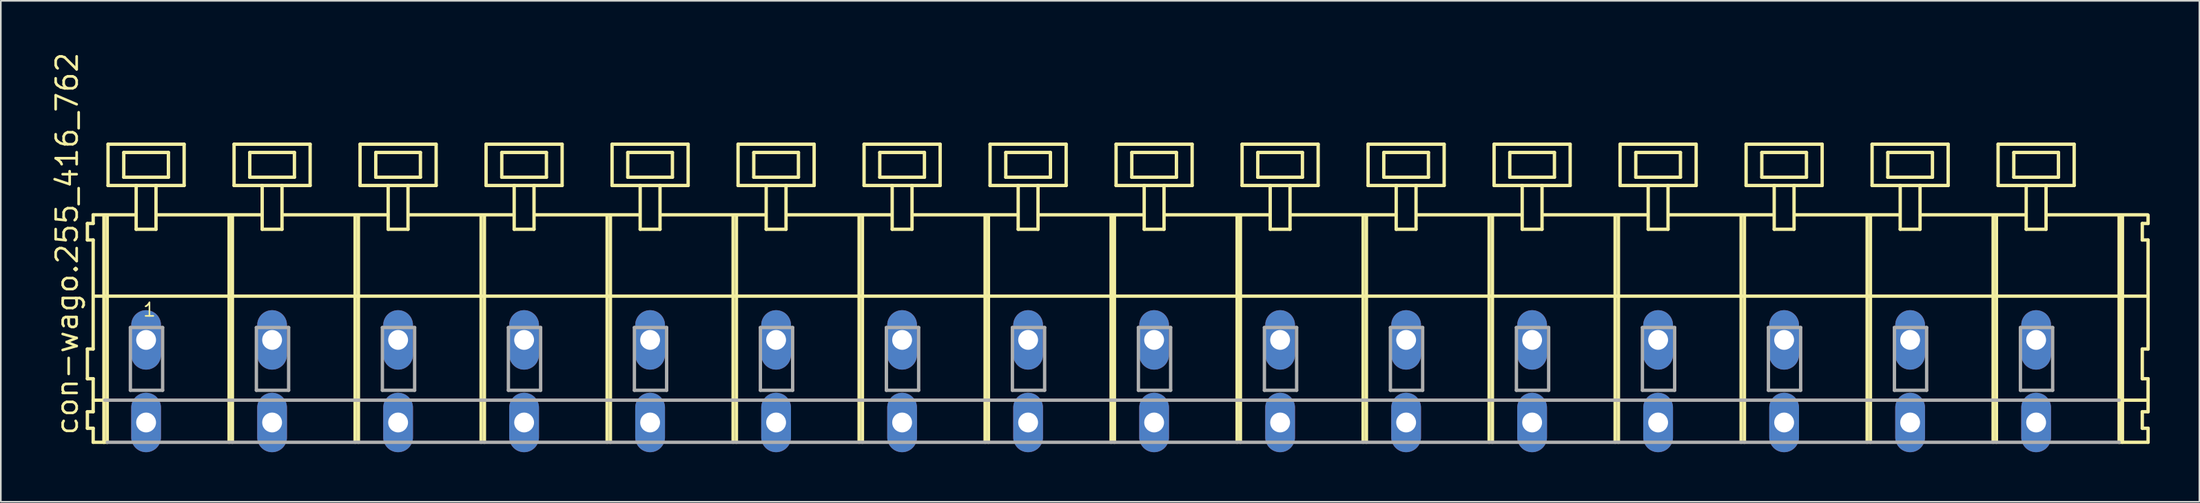
<source format=kicad_pcb>
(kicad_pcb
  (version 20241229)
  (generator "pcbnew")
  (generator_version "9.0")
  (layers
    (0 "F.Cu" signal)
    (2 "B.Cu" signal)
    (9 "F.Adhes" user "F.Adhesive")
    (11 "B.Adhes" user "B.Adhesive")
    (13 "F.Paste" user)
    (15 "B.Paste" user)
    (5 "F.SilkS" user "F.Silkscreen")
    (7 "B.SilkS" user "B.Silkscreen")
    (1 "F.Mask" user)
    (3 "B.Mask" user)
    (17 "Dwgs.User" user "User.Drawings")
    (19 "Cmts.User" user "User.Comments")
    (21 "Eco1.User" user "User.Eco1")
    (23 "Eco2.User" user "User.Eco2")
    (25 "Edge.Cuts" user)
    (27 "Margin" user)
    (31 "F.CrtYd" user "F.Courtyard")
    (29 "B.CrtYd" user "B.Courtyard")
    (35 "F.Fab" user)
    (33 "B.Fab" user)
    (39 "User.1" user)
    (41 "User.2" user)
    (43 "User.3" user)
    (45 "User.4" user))
  (footprint "con-wago.255_416_762"
    (layer "F.Cu")
    (at 64.205 17.533)
    (property "Reference" "con-wago.255_416_762" (at -62.455 5.855 90) (layer "F.SilkS") (effects (font (size 1.27 1.27) (thickness 0.16)) (justify left bottom)))
    (attr through_hole)
    (fp_line (start -61.97 -7.05) (end -61.97 -6.05) (stroke (width 0.203) (type default)) (layer "F.SilkS"))
    (fp_line (start -61.97 -6.05) (end -61.62 -6.05) (stroke (width 0.203) (type default)) (layer "F.SilkS"))
    (fp_line (start -61.97 0.55) (end -61.97 2.35) (stroke (width 0.203) (type default)) (layer "F.SilkS"))
    (fp_line (start -61.97 2.35) (end -61.62 2.35) (stroke (width 0.203) (type default)) (layer "F.SilkS"))
    (fp_line (start -61.97 4.35) (end -61.97 5.35) (stroke (width 0.203) (type default)) (layer "F.SilkS"))
    (fp_line (start -61.97 5.35) (end -61.62 5.35) (stroke (width 0.203) (type default)) (layer "F.SilkS"))
    (fp_line (start -61.62 -7.575) (end -61.62 -7.05) (stroke (width 0.203) (type default)) (layer "F.SilkS"))
    (fp_line (start -61.62 -7.575) (end -59.045 -7.575) (stroke (width 0.203) (type default)) (layer "F.SilkS"))
    (fp_line (start -61.62 -7.05) (end -61.97 -7.05) (stroke (width 0.203) (type default)) (layer "F.SilkS"))
    (fp_line (start -61.62 -6.05) (end -61.62 0.55) (stroke (width 0.203) (type default)) (layer "F.SilkS"))
    (fp_line (start -61.62 0.55) (end -61.97 0.55) (stroke (width 0.203) (type default)) (layer "F.SilkS"))
    (fp_line (start -61.62 2.35) (end -61.62 4.35) (stroke (width 0.203) (type default)) (layer "F.SilkS"))
    (fp_line (start -61.62 3.65) (end -60.92 3.65) (stroke (width 0.203) (type default)) (layer "F.SilkS"))
    (fp_line (start -61.62 4.35) (end -61.97 4.35) (stroke (width 0.203) (type default)) (layer "F.SilkS"))
    (fp_line (start -61.62 5.35) (end -61.62 6.2) (stroke (width 0.203) (type default)) (layer "F.SilkS"))
    (fp_line (start -61.62 6.2) (end -60.97 6.2) (stroke (width 0.203) (type default)) (layer "F.SilkS"))
    (fp_line (start -61.57 -2.65) (end 62.6 -2.65) (stroke (width 0.203) (type default)) (layer "F.SilkS"))
    (fp_line (start -60.97 -7.55) (end -60.97 6.2) (stroke (width 0.203) (type default)) (layer "F.SilkS"))
    (fp_line (start -60.97 6.2) (end -60.77 6.2) (stroke (width 0.203) (type default)) (layer "F.SilkS"))
    (fp_line (start -60.77 -7.55) (end -60.77 6.2) (stroke (width 0.203) (type default)) (layer "F.SilkS"))
    (fp_line (start -60.72 -11.85) (end -60.72 -9.35) (stroke (width 0.203) (type default)) (layer "F.SilkS"))
    (fp_line (start -60.72 -9.35) (end -59.02 -9.35) (stroke (width 0.203) (type default)) (layer "F.SilkS"))
    (fp_line (start -59.77 -11.35) (end -59.77 -9.85) (stroke (width 0.203) (type default)) (layer "F.SilkS"))
    (fp_line (start -59.77 -9.85) (end -57.07 -9.85) (stroke (width 0.203) (type default)) (layer "F.SilkS"))
    (fp_line (start -59.02 -9.35) (end -59.02 -6.7) (stroke (width 0.203) (type default)) (layer "F.SilkS"))
    (fp_line (start -59.02 -9.35) (end -57.82 -9.35) (stroke (width 0.203) (type default)) (layer "F.SilkS"))
    (fp_line (start -59.02 -6.7) (end -57.82 -6.7) (stroke (width 0.203) (type default)) (layer "F.SilkS"))
    (fp_line (start -57.82 -9.35) (end -56.12 -9.35) (stroke (width 0.203) (type default)) (layer "F.SilkS"))
    (fp_line (start -57.82 -6.7) (end -57.82 -9.35) (stroke (width 0.203) (type default)) (layer "F.SilkS"))
    (fp_line (start -57.795 -7.575) (end -51.421 -7.575) (stroke (width 0.203) (type default)) (layer "F.SilkS"))
    (fp_line (start -57.07 -11.35) (end -59.77 -11.35) (stroke (width 0.203) (type default)) (layer "F.SilkS"))
    (fp_line (start -57.07 -9.85) (end -57.07 -11.35) (stroke (width 0.203) (type default)) (layer "F.SilkS"))
    (fp_line (start -56.12 -11.85) (end -60.72 -11.85) (stroke (width 0.203) (type default)) (layer "F.SilkS"))
    (fp_line (start -56.12 -9.35) (end -56.12 -11.85) (stroke (width 0.203) (type default)) (layer "F.SilkS"))
    (fp_line (start -53.4 -7.55) (end -53.4 6.2) (stroke (width 0.203) (type default)) (layer "F.SilkS"))
    (fp_line (start -53.2 -7.55) (end -53.2 6.2) (stroke (width 0.203) (type default)) (layer "F.SilkS"))
    (fp_line (start -53.1 -11.85) (end -53.1 -9.35) (stroke (width 0.203) (type default)) (layer "F.SilkS"))
    (fp_line (start -53.1 -9.35) (end -51.4 -9.35) (stroke (width 0.203) (type default)) (layer "F.SilkS"))
    (fp_line (start -52.15 -11.35) (end -52.15 -9.85) (stroke (width 0.203) (type default)) (layer "F.SilkS"))
    (fp_line (start -52.15 -9.85) (end -49.45 -9.85) (stroke (width 0.203) (type default)) (layer "F.SilkS"))
    (fp_line (start -51.4 -9.35) (end -51.4 -6.7) (stroke (width 0.203) (type default)) (layer "F.SilkS"))
    (fp_line (start -51.4 -9.35) (end -50.2 -9.35) (stroke (width 0.203) (type default)) (layer "F.SilkS"))
    (fp_line (start -51.4 -6.7) (end -50.2 -6.7) (stroke (width 0.203) (type default)) (layer "F.SilkS"))
    (fp_line (start -50.2 -9.35) (end -48.5 -9.35) (stroke (width 0.203) (type default)) (layer "F.SilkS"))
    (fp_line (start -50.2 -6.7) (end -50.2 -9.35) (stroke (width 0.203) (type default)) (layer "F.SilkS"))
    (fp_line (start -50.175 -7.575) (end -43.801 -7.575) (stroke (width 0.203) (type default)) (layer "F.SilkS"))
    (fp_line (start -49.45 -11.35) (end -52.15 -11.35) (stroke (width 0.203) (type default)) (layer "F.SilkS"))
    (fp_line (start -49.45 -9.85) (end -49.45 -11.35) (stroke (width 0.203) (type default)) (layer "F.SilkS"))
    (fp_line (start -48.5 -11.85) (end -53.1 -11.85) (stroke (width 0.203) (type default)) (layer "F.SilkS"))
    (fp_line (start -48.5 -9.35) (end -48.5 -11.85) (stroke (width 0.203) (type default)) (layer "F.SilkS"))
    (fp_line (start -45.78 -7.55) (end -45.78 6.2) (stroke (width 0.203) (type default)) (layer "F.SilkS"))
    (fp_line (start -45.58 -7.55) (end -45.58 6.2) (stroke (width 0.203) (type default)) (layer "F.SilkS"))
    (fp_line (start -45.48 -11.85) (end -45.48 -9.35) (stroke (width 0.203) (type default)) (layer "F.SilkS"))
    (fp_line (start -45.48 -9.35) (end -43.78 -9.35) (stroke (width 0.203) (type default)) (layer "F.SilkS"))
    (fp_line (start -44.53 -11.35) (end -44.53 -9.85) (stroke (width 0.203) (type default)) (layer "F.SilkS"))
    (fp_line (start -44.53 -9.85) (end -41.83 -9.85) (stroke (width 0.203) (type default)) (layer "F.SilkS"))
    (fp_line (start -43.78 -9.35) (end -43.78 -6.7) (stroke (width 0.203) (type default)) (layer "F.SilkS"))
    (fp_line (start -43.78 -9.35) (end -42.58 -9.35) (stroke (width 0.203) (type default)) (layer "F.SilkS"))
    (fp_line (start -43.78 -6.7) (end -42.58 -6.7) (stroke (width 0.203) (type default)) (layer "F.SilkS"))
    (fp_line (start -42.58 -9.35) (end -40.88 -9.35) (stroke (width 0.203) (type default)) (layer "F.SilkS"))
    (fp_line (start -42.58 -6.7) (end -42.58 -9.35) (stroke (width 0.203) (type default)) (layer "F.SilkS"))
    (fp_line (start -42.555 -7.575) (end -36.181 -7.575) (stroke (width 0.203) (type default)) (layer "F.SilkS"))
    (fp_line (start -41.83 -11.35) (end -44.53 -11.35) (stroke (width 0.203) (type default)) (layer "F.SilkS"))
    (fp_line (start -41.83 -9.85) (end -41.83 -11.35) (stroke (width 0.203) (type default)) (layer "F.SilkS"))
    (fp_line (start -40.88 -11.85) (end -45.48 -11.85) (stroke (width 0.203) (type default)) (layer "F.SilkS"))
    (fp_line (start -40.88 -9.35) (end -40.88 -11.85) (stroke (width 0.203) (type default)) (layer "F.SilkS"))
    (fp_line (start -38.16 -7.55) (end -38.16 6.2) (stroke (width 0.203) (type default)) (layer "F.SilkS"))
    (fp_line (start -37.96 -7.55) (end -37.96 6.2) (stroke (width 0.203) (type default)) (layer "F.SilkS"))
    (fp_line (start -37.86 -11.85) (end -37.86 -9.35) (stroke (width 0.203) (type default)) (layer "F.SilkS"))
    (fp_line (start -37.86 -9.35) (end -36.16 -9.35) (stroke (width 0.203) (type default)) (layer "F.SilkS"))
    (fp_line (start -36.91 -11.35) (end -36.91 -9.85) (stroke (width 0.203) (type default)) (layer "F.SilkS"))
    (fp_line (start -36.91 -9.85) (end -34.21 -9.85) (stroke (width 0.203) (type default)) (layer "F.SilkS"))
    (fp_line (start -36.16 -9.35) (end -36.16 -6.7) (stroke (width 0.203) (type default)) (layer "F.SilkS"))
    (fp_line (start -36.16 -9.35) (end -34.96 -9.35) (stroke (width 0.203) (type default)) (layer "F.SilkS"))
    (fp_line (start -36.16 -6.7) (end -34.96 -6.7) (stroke (width 0.203) (type default)) (layer "F.SilkS"))
    (fp_line (start -34.96 -9.35) (end -33.26 -9.35) (stroke (width 0.203) (type default)) (layer "F.SilkS"))
    (fp_line (start -34.96 -6.7) (end -34.96 -9.35) (stroke (width 0.203) (type default)) (layer "F.SilkS"))
    (fp_line (start -34.935 -7.575) (end -28.561 -7.575) (stroke (width 0.203) (type default)) (layer "F.SilkS"))
    (fp_line (start -34.21 -11.35) (end -36.91 -11.35) (stroke (width 0.203) (type default)) (layer "F.SilkS"))
    (fp_line (start -34.21 -9.85) (end -34.21 -11.35) (stroke (width 0.203) (type default)) (layer "F.SilkS"))
    (fp_line (start -33.26 -11.85) (end -37.86 -11.85) (stroke (width 0.203) (type default)) (layer "F.SilkS"))
    (fp_line (start -33.26 -9.35) (end -33.26 -11.85) (stroke (width 0.203) (type default)) (layer "F.SilkS"))
    (fp_line (start -30.54 -7.55) (end -30.54 6.2) (stroke (width 0.203) (type default)) (layer "F.SilkS"))
    (fp_line (start -30.34 -7.55) (end -30.34 6.2) (stroke (width 0.203) (type default)) (layer "F.SilkS"))
    (fp_line (start -30.24 -11.85) (end -30.24 -9.35) (stroke (width 0.203) (type default)) (layer "F.SilkS"))
    (fp_line (start -30.24 -9.35) (end -28.54 -9.35) (stroke (width 0.203) (type default)) (layer "F.SilkS"))
    (fp_line (start -29.29 -11.35) (end -29.29 -9.85) (stroke (width 0.203) (type default)) (layer "F.SilkS"))
    (fp_line (start -29.29 -9.85) (end -26.59 -9.85) (stroke (width 0.203) (type default)) (layer "F.SilkS"))
    (fp_line (start -28.54 -9.35) (end -28.54 -6.7) (stroke (width 0.203) (type default)) (layer "F.SilkS"))
    (fp_line (start -28.54 -9.35) (end -27.34 -9.35) (stroke (width 0.203) (type default)) (layer "F.SilkS"))
    (fp_line (start -28.54 -6.7) (end -27.34 -6.7) (stroke (width 0.203) (type default)) (layer "F.SilkS"))
    (fp_line (start -27.34 -9.35) (end -25.64 -9.35) (stroke (width 0.203) (type default)) (layer "F.SilkS"))
    (fp_line (start -27.34 -6.7) (end -27.34 -9.35) (stroke (width 0.203) (type default)) (layer "F.SilkS"))
    (fp_line (start -27.315 -7.575) (end -20.941 -7.575) (stroke (width 0.203) (type default)) (layer "F.SilkS"))
    (fp_line (start -26.59 -11.35) (end -29.29 -11.35) (stroke (width 0.203) (type default)) (layer "F.SilkS"))
    (fp_line (start -26.59 -9.85) (end -26.59 -11.35) (stroke (width 0.203) (type default)) (layer "F.SilkS"))
    (fp_line (start -25.64 -11.85) (end -30.24 -11.85) (stroke (width 0.203) (type default)) (layer "F.SilkS"))
    (fp_line (start -25.64 -9.35) (end -25.64 -11.85) (stroke (width 0.203) (type default)) (layer "F.SilkS"))
    (fp_line (start -22.92 -7.55) (end -22.92 6.2) (stroke (width 0.203) (type default)) (layer "F.SilkS"))
    (fp_line (start -22.72 -7.55) (end -22.72 6.2) (stroke (width 0.203) (type default)) (layer "F.SilkS"))
    (fp_line (start -22.62 -11.85) (end -22.62 -9.35) (stroke (width 0.203) (type default)) (layer "F.SilkS"))
    (fp_line (start -22.62 -9.35) (end -20.92 -9.35) (stroke (width 0.203) (type default)) (layer "F.SilkS"))
    (fp_line (start -21.67 -11.35) (end -21.67 -9.85) (stroke (width 0.203) (type default)) (layer "F.SilkS"))
    (fp_line (start -21.67 -9.85) (end -18.97 -9.85) (stroke (width 0.203) (type default)) (layer "F.SilkS"))
    (fp_line (start -20.92 -9.35) (end -20.92 -6.7) (stroke (width 0.203) (type default)) (layer "F.SilkS"))
    (fp_line (start -20.92 -9.35) (end -19.72 -9.35) (stroke (width 0.203) (type default)) (layer "F.SilkS"))
    (fp_line (start -20.92 -6.7) (end -19.72 -6.7) (stroke (width 0.203) (type default)) (layer "F.SilkS"))
    (fp_line (start -19.72 -9.35) (end -18.02 -9.35) (stroke (width 0.203) (type default)) (layer "F.SilkS"))
    (fp_line (start -19.72 -6.7) (end -19.72 -9.35) (stroke (width 0.203) (type default)) (layer "F.SilkS"))
    (fp_line (start -19.695 -7.575) (end -13.321 -7.575) (stroke (width 0.203) (type default)) (layer "F.SilkS"))
    (fp_line (start -18.97 -11.35) (end -21.67 -11.35) (stroke (width 0.203) (type default)) (layer "F.SilkS"))
    (fp_line (start -18.97 -9.85) (end -18.97 -11.35) (stroke (width 0.203) (type default)) (layer "F.SilkS"))
    (fp_line (start -18.02 -11.85) (end -22.62 -11.85) (stroke (width 0.203) (type default)) (layer "F.SilkS"))
    (fp_line (start -18.02 -9.35) (end -18.02 -11.85) (stroke (width 0.203) (type default)) (layer "F.SilkS"))
    (fp_line (start -15.3 -7.55) (end -15.3 6.2) (stroke (width 0.203) (type default)) (layer "F.SilkS"))
    (fp_line (start -15.1 -7.55) (end -15.1 6.2) (stroke (width 0.203) (type default)) (layer "F.SilkS"))
    (fp_line (start -15 -11.85) (end -15 -9.35) (stroke (width 0.203) (type default)) (layer "F.SilkS"))
    (fp_line (start -15 -9.35) (end -13.3 -9.35) (stroke (width 0.203) (type default)) (layer "F.SilkS"))
    (fp_line (start -14.05 -11.35) (end -14.05 -9.85) (stroke (width 0.203) (type default)) (layer "F.SilkS"))
    (fp_line (start -14.05 -9.85) (end -11.35 -9.85) (stroke (width 0.203) (type default)) (layer "F.SilkS"))
    (fp_line (start -13.3 -9.35) (end -13.3 -6.7) (stroke (width 0.203) (type default)) (layer "F.SilkS"))
    (fp_line (start -13.3 -9.35) (end -12.1 -9.35) (stroke (width 0.203) (type default)) (layer "F.SilkS"))
    (fp_line (start -13.3 -6.7) (end -12.1 -6.7) (stroke (width 0.203) (type default)) (layer "F.SilkS"))
    (fp_line (start -12.1 -9.35) (end -10.4 -9.35) (stroke (width 0.203) (type default)) (layer "F.SilkS"))
    (fp_line (start -12.1 -6.7) (end -12.1 -9.35) (stroke (width 0.203) (type default)) (layer "F.SilkS"))
    (fp_line (start -12.075 -7.575) (end -5.701 -7.575) (stroke (width 0.203) (type default)) (layer "F.SilkS"))
    (fp_line (start -11.35 -11.35) (end -14.05 -11.35) (stroke (width 0.203) (type default)) (layer "F.SilkS"))
    (fp_line (start -11.35 -9.85) (end -11.35 -11.35) (stroke (width 0.203) (type default)) (layer "F.SilkS"))
    (fp_line (start -10.4 -11.85) (end -15 -11.85) (stroke (width 0.203) (type default)) (layer "F.SilkS"))
    (fp_line (start -10.4 -9.35) (end -10.4 -11.85) (stroke (width 0.203) (type default)) (layer "F.SilkS"))
    (fp_line (start -7.68 -7.55) (end -7.68 6.2) (stroke (width 0.203) (type default)) (layer "F.SilkS"))
    (fp_line (start -7.48 -7.55) (end -7.48 6.2) (stroke (width 0.203) (type default)) (layer "F.SilkS"))
    (fp_line (start -7.38 -11.85) (end -7.38 -9.35) (stroke (width 0.203) (type default)) (layer "F.SilkS"))
    (fp_line (start -7.38 -9.35) (end -5.68 -9.35) (stroke (width 0.203) (type default)) (layer "F.SilkS"))
    (fp_line (start -6.43 -11.35) (end -6.43 -9.85) (stroke (width 0.203) (type default)) (layer "F.SilkS"))
    (fp_line (start -6.43 -9.85) (end -3.73 -9.85) (stroke (width 0.203) (type default)) (layer "F.SilkS"))
    (fp_line (start -5.68 -9.35) (end -5.68 -6.7) (stroke (width 0.203) (type default)) (layer "F.SilkS"))
    (fp_line (start -5.68 -9.35) (end -4.48 -9.35) (stroke (width 0.203) (type default)) (layer "F.SilkS"))
    (fp_line (start -5.68 -6.7) (end -4.48 -6.7) (stroke (width 0.203) (type default)) (layer "F.SilkS"))
    (fp_line (start -4.48 -9.35) (end -2.78 -9.35) (stroke (width 0.203) (type default)) (layer "F.SilkS"))
    (fp_line (start -4.48 -6.7) (end -4.48 -9.35) (stroke (width 0.203) (type default)) (layer "F.SilkS"))
    (fp_line (start -4.455 -7.575) (end 1.919 -7.575) (stroke (width 0.203) (type default)) (layer "F.SilkS"))
    (fp_line (start -3.73 -11.35) (end -6.43 -11.35) (stroke (width 0.203) (type default)) (layer "F.SilkS"))
    (fp_line (start -3.73 -9.85) (end -3.73 -11.35) (stroke (width 0.203) (type default)) (layer "F.SilkS"))
    (fp_line (start -2.78 -11.85) (end -7.38 -11.85) (stroke (width 0.203) (type default)) (layer "F.SilkS"))
    (fp_line (start -2.78 -9.35) (end -2.78 -11.85) (stroke (width 0.203) (type default)) (layer "F.SilkS"))
    (fp_line (start -0.06 -7.55) (end -0.06 6.2) (stroke (width 0.203) (type default)) (layer "F.SilkS"))
    (fp_line (start 0.14 -7.55) (end 0.14 6.2) (stroke (width 0.203) (type default)) (layer "F.SilkS"))
    (fp_line (start 0.24 -11.85) (end 0.24 -9.35) (stroke (width 0.203) (type default)) (layer "F.SilkS"))
    (fp_line (start 0.24 -9.35) (end 1.94 -9.35) (stroke (width 0.203) (type default)) (layer "F.SilkS"))
    (fp_line (start 1.19 -11.35) (end 1.19 -9.85) (stroke (width 0.203) (type default)) (layer "F.SilkS"))
    (fp_line (start 1.19 -9.85) (end 3.89 -9.85) (stroke (width 0.203) (type default)) (layer "F.SilkS"))
    (fp_line (start 1.94 -9.35) (end 1.94 -6.7) (stroke (width 0.203) (type default)) (layer "F.SilkS"))
    (fp_line (start 1.94 -9.35) (end 3.14 -9.35) (stroke (width 0.203) (type default)) (layer "F.SilkS"))
    (fp_line (start 1.94 -6.7) (end 3.14 -6.7) (stroke (width 0.203) (type default)) (layer "F.SilkS"))
    (fp_line (start 3.14 -9.35) (end 4.84 -9.35) (stroke (width 0.203) (type default)) (layer "F.SilkS"))
    (fp_line (start 3.14 -6.7) (end 3.14 -9.35) (stroke (width 0.203) (type default)) (layer "F.SilkS"))
    (fp_line (start 3.165 -7.575) (end 9.539 -7.575) (stroke (width 0.203) (type default)) (layer "F.SilkS"))
    (fp_line (start 3.89 -11.35) (end 1.19 -11.35) (stroke (width 0.203) (type default)) (layer "F.SilkS"))
    (fp_line (start 3.89 -9.85) (end 3.89 -11.35) (stroke (width 0.203) (type default)) (layer "F.SilkS"))
    (fp_line (start 4.84 -11.85) (end 0.24 -11.85) (stroke (width 0.203) (type default)) (layer "F.SilkS"))
    (fp_line (start 4.84 -9.35) (end 4.84 -11.85) (stroke (width 0.203) (type default)) (layer "F.SilkS"))
    (fp_line (start 7.56 -7.55) (end 7.56 6.2) (stroke (width 0.203) (type default)) (layer "F.SilkS"))
    (fp_line (start 7.76 -7.55) (end 7.76 6.2) (stroke (width 0.203) (type default)) (layer "F.SilkS"))
    (fp_line (start 7.86 -11.85) (end 7.86 -9.35) (stroke (width 0.203) (type default)) (layer "F.SilkS"))
    (fp_line (start 7.86 -9.35) (end 9.56 -9.35) (stroke (width 0.203) (type default)) (layer "F.SilkS"))
    (fp_line (start 8.81 -11.35) (end 8.81 -9.85) (stroke (width 0.203) (type default)) (layer "F.SilkS"))
    (fp_line (start 8.81 -9.85) (end 11.51 -9.85) (stroke (width 0.203) (type default)) (layer "F.SilkS"))
    (fp_line (start 9.56 -9.35) (end 9.56 -6.7) (stroke (width 0.203) (type default)) (layer "F.SilkS"))
    (fp_line (start 9.56 -9.35) (end 10.76 -9.35) (stroke (width 0.203) (type default)) (layer "F.SilkS"))
    (fp_line (start 9.56 -6.7) (end 10.76 -6.7) (stroke (width 0.203) (type default)) (layer "F.SilkS"))
    (fp_line (start 10.76 -9.35) (end 12.46 -9.35) (stroke (width 0.203) (type default)) (layer "F.SilkS"))
    (fp_line (start 10.76 -6.7) (end 10.76 -9.35) (stroke (width 0.203) (type default)) (layer "F.SilkS"))
    (fp_line (start 10.785 -7.575) (end 17.159 -7.575) (stroke (width 0.203) (type default)) (layer "F.SilkS"))
    (fp_line (start 11.51 -11.35) (end 8.81 -11.35) (stroke (width 0.203) (type default)) (layer "F.SilkS"))
    (fp_line (start 11.51 -9.85) (end 11.51 -11.35) (stroke (width 0.203) (type default)) (layer "F.SilkS"))
    (fp_line (start 12.46 -11.85) (end 7.86 -11.85) (stroke (width 0.203) (type default)) (layer "F.SilkS"))
    (fp_line (start 12.46 -9.35) (end 12.46 -11.85) (stroke (width 0.203) (type default)) (layer "F.SilkS"))
    (fp_line (start 15.18 -7.55) (end 15.18 6.2) (stroke (width 0.203) (type default)) (layer "F.SilkS"))
    (fp_line (start 15.38 -7.55) (end 15.38 6.2) (stroke (width 0.203) (type default)) (layer "F.SilkS"))
    (fp_line (start 15.48 -11.85) (end 15.48 -9.35) (stroke (width 0.203) (type default)) (layer "F.SilkS"))
    (fp_line (start 15.48 -9.35) (end 17.18 -9.35) (stroke (width 0.203) (type default)) (layer "F.SilkS"))
    (fp_line (start 16.43 -11.35) (end 16.43 -9.85) (stroke (width 0.203) (type default)) (layer "F.SilkS"))
    (fp_line (start 16.43 -9.85) (end 19.13 -9.85) (stroke (width 0.203) (type default)) (layer "F.SilkS"))
    (fp_line (start 17.18 -9.35) (end 17.18 -6.7) (stroke (width 0.203) (type default)) (layer "F.SilkS"))
    (fp_line (start 17.18 -9.35) (end 18.38 -9.35) (stroke (width 0.203) (type default)) (layer "F.SilkS"))
    (fp_line (start 17.18 -6.7) (end 18.38 -6.7) (stroke (width 0.203) (type default)) (layer "F.SilkS"))
    (fp_line (start 18.38 -9.35) (end 20.08 -9.35) (stroke (width 0.203) (type default)) (layer "F.SilkS"))
    (fp_line (start 18.38 -6.7) (end 18.38 -9.35) (stroke (width 0.203) (type default)) (layer "F.SilkS"))
    (fp_line (start 18.405 -7.575) (end 24.779 -7.575) (stroke (width 0.203) (type default)) (layer "F.SilkS"))
    (fp_line (start 19.13 -11.35) (end 16.43 -11.35) (stroke (width 0.203) (type default)) (layer "F.SilkS"))
    (fp_line (start 19.13 -9.85) (end 19.13 -11.35) (stroke (width 0.203) (type default)) (layer "F.SilkS"))
    (fp_line (start 20.08 -11.85) (end 15.48 -11.85) (stroke (width 0.203) (type default)) (layer "F.SilkS"))
    (fp_line (start 20.08 -9.35) (end 20.08 -11.85) (stroke (width 0.203) (type default)) (layer "F.SilkS"))
    (fp_line (start 22.8 -7.55) (end 22.8 6.2) (stroke (width 0.203) (type default)) (layer "F.SilkS"))
    (fp_line (start 23 -7.55) (end 23 6.2) (stroke (width 0.203) (type default)) (layer "F.SilkS"))
    (fp_line (start 23.1 -11.85) (end 23.1 -9.35) (stroke (width 0.203) (type default)) (layer "F.SilkS"))
    (fp_line (start 23.1 -9.35) (end 24.8 -9.35) (stroke (width 0.203) (type default)) (layer "F.SilkS"))
    (fp_line (start 24.05 -11.35) (end 24.05 -9.85) (stroke (width 0.203) (type default)) (layer "F.SilkS"))
    (fp_line (start 24.05 -9.85) (end 26.75 -9.85) (stroke (width 0.203) (type default)) (layer "F.SilkS"))
    (fp_line (start 24.8 -9.35) (end 24.8 -6.7) (stroke (width 0.203) (type default)) (layer "F.SilkS"))
    (fp_line (start 24.8 -9.35) (end 26 -9.35) (stroke (width 0.203) (type default)) (layer "F.SilkS"))
    (fp_line (start 24.8 -6.7) (end 26 -6.7) (stroke (width 0.203) (type default)) (layer "F.SilkS"))
    (fp_line (start 26 -9.35) (end 27.7 -9.35) (stroke (width 0.203) (type default)) (layer "F.SilkS"))
    (fp_line (start 26 -6.7) (end 26 -9.35) (stroke (width 0.203) (type default)) (layer "F.SilkS"))
    (fp_line (start 26.025 -7.575) (end 32.399 -7.575) (stroke (width 0.203) (type default)) (layer "F.SilkS"))
    (fp_line (start 26.75 -11.35) (end 24.05 -11.35) (stroke (width 0.203) (type default)) (layer "F.SilkS"))
    (fp_line (start 26.75 -9.85) (end 26.75 -11.35) (stroke (width 0.203) (type default)) (layer "F.SilkS"))
    (fp_line (start 27.7 -11.85) (end 23.1 -11.85) (stroke (width 0.203) (type default)) (layer "F.SilkS"))
    (fp_line (start 27.7 -9.35) (end 27.7 -11.85) (stroke (width 0.203) (type default)) (layer "F.SilkS"))
    (fp_line (start 30.42 -7.55) (end 30.42 6.2) (stroke (width 0.203) (type default)) (layer "F.SilkS"))
    (fp_line (start 30.62 -7.55) (end 30.62 6.2) (stroke (width 0.203) (type default)) (layer "F.SilkS"))
    (fp_line (start 30.72 -11.85) (end 30.72 -9.35) (stroke (width 0.203) (type default)) (layer "F.SilkS"))
    (fp_line (start 30.72 -9.35) (end 32.42 -9.35) (stroke (width 0.203) (type default)) (layer "F.SilkS"))
    (fp_line (start 31.67 -11.35) (end 31.67 -9.85) (stroke (width 0.203) (type default)) (layer "F.SilkS"))
    (fp_line (start 31.67 -9.85) (end 34.37 -9.85) (stroke (width 0.203) (type default)) (layer "F.SilkS"))
    (fp_line (start 32.42 -9.35) (end 32.42 -6.7) (stroke (width 0.203) (type default)) (layer "F.SilkS"))
    (fp_line (start 32.42 -9.35) (end 33.62 -9.35) (stroke (width 0.203) (type default)) (layer "F.SilkS"))
    (fp_line (start 32.42 -6.7) (end 33.62 -6.7) (stroke (width 0.203) (type default)) (layer "F.SilkS"))
    (fp_line (start 33.62 -9.35) (end 35.32 -9.35) (stroke (width 0.203) (type default)) (layer "F.SilkS"))
    (fp_line (start 33.62 -6.7) (end 33.62 -9.35) (stroke (width 0.203) (type default)) (layer "F.SilkS"))
    (fp_line (start 33.645 -7.575) (end 40.019 -7.575) (stroke (width 0.203) (type default)) (layer "F.SilkS"))
    (fp_line (start 34.37 -11.35) (end 31.67 -11.35) (stroke (width 0.203) (type default)) (layer "F.SilkS"))
    (fp_line (start 34.37 -9.85) (end 34.37 -11.35) (stroke (width 0.203) (type default)) (layer "F.SilkS"))
    (fp_line (start 35.32 -11.85) (end 30.72 -11.85) (stroke (width 0.203) (type default)) (layer "F.SilkS"))
    (fp_line (start 35.32 -9.35) (end 35.32 -11.85) (stroke (width 0.203) (type default)) (layer "F.SilkS"))
    (fp_line (start 38.04 -7.55) (end 38.04 6.2) (stroke (width 0.203) (type default)) (layer "F.SilkS"))
    (fp_line (start 38.24 -7.55) (end 38.24 6.2) (stroke (width 0.203) (type default)) (layer "F.SilkS"))
    (fp_line (start 38.34 -11.85) (end 38.34 -9.35) (stroke (width 0.203) (type default)) (layer "F.SilkS"))
    (fp_line (start 38.34 -9.35) (end 40.04 -9.35) (stroke (width 0.203) (type default)) (layer "F.SilkS"))
    (fp_line (start 39.29 -11.35) (end 39.29 -9.85) (stroke (width 0.203) (type default)) (layer "F.SilkS"))
    (fp_line (start 39.29 -9.85) (end 41.99 -9.85) (stroke (width 0.203) (type default)) (layer "F.SilkS"))
    (fp_line (start 40.04 -9.35) (end 40.04 -6.7) (stroke (width 0.203) (type default)) (layer "F.SilkS"))
    (fp_line (start 40.04 -9.35) (end 41.24 -9.35) (stroke (width 0.203) (type default)) (layer "F.SilkS"))
    (fp_line (start 40.04 -6.7) (end 41.24 -6.7) (stroke (width 0.203) (type default)) (layer "F.SilkS"))
    (fp_line (start 41.24 -9.35) (end 42.94 -9.35) (stroke (width 0.203) (type default)) (layer "F.SilkS"))
    (fp_line (start 41.24 -6.7) (end 41.24 -9.35) (stroke (width 0.203) (type default)) (layer "F.SilkS"))
    (fp_line (start 41.265 -7.575) (end 47.639 -7.575) (stroke (width 0.203) (type default)) (layer "F.SilkS"))
    (fp_line (start 41.99 -11.35) (end 39.29 -11.35) (stroke (width 0.203) (type default)) (layer "F.SilkS"))
    (fp_line (start 41.99 -9.85) (end 41.99 -11.35) (stroke (width 0.203) (type default)) (layer "F.SilkS"))
    (fp_line (start 42.94 -11.85) (end 38.34 -11.85) (stroke (width 0.203) (type default)) (layer "F.SilkS"))
    (fp_line (start 42.94 -9.35) (end 42.94 -11.85) (stroke (width 0.203) (type default)) (layer "F.SilkS"))
    (fp_line (start 45.66 -7.55) (end 45.66 6.2) (stroke (width 0.203) (type default)) (layer "F.SilkS"))
    (fp_line (start 45.86 -7.55) (end 45.86 6.2) (stroke (width 0.203) (type default)) (layer "F.SilkS"))
    (fp_line (start 45.96 -11.85) (end 45.96 -9.35) (stroke (width 0.203) (type default)) (layer "F.SilkS"))
    (fp_line (start 45.96 -9.35) (end 47.66 -9.35) (stroke (width 0.203) (type default)) (layer "F.SilkS"))
    (fp_line (start 46.91 -11.35) (end 46.91 -9.85) (stroke (width 0.203) (type default)) (layer "F.SilkS"))
    (fp_line (start 46.91 -9.85) (end 49.61 -9.85) (stroke (width 0.203) (type default)) (layer "F.SilkS"))
    (fp_line (start 47.66 -9.35) (end 47.66 -6.7) (stroke (width 0.203) (type default)) (layer "F.SilkS"))
    (fp_line (start 47.66 -9.35) (end 48.86 -9.35) (stroke (width 0.203) (type default)) (layer "F.SilkS"))
    (fp_line (start 47.66 -6.7) (end 48.86 -6.7) (stroke (width 0.203) (type default)) (layer "F.SilkS"))
    (fp_line (start 48.86 -9.35) (end 50.56 -9.35) (stroke (width 0.203) (type default)) (layer "F.SilkS"))
    (fp_line (start 48.86 -6.7) (end 48.86 -9.35) (stroke (width 0.203) (type default)) (layer "F.SilkS"))
    (fp_line (start 48.885 -7.575) (end 55.259 -7.575) (stroke (width 0.203) (type default)) (layer "F.SilkS"))
    (fp_line (start 49.61 -11.35) (end 46.91 -11.35) (stroke (width 0.203) (type default)) (layer "F.SilkS"))
    (fp_line (start 49.61 -9.85) (end 49.61 -11.35) (stroke (width 0.203) (type default)) (layer "F.SilkS"))
    (fp_line (start 50.56 -11.85) (end 45.96 -11.85) (stroke (width 0.203) (type default)) (layer "F.SilkS"))
    (fp_line (start 50.56 -9.35) (end 50.56 -11.85) (stroke (width 0.203) (type default)) (layer "F.SilkS"))
    (fp_line (start 53.28 -7.55) (end 53.28 6.2) (stroke (width 0.203) (type default)) (layer "F.SilkS"))
    (fp_line (start 53.48 -7.55) (end 53.48 6.2) (stroke (width 0.203) (type default)) (layer "F.SilkS"))
    (fp_line (start 53.58 -11.85) (end 53.58 -9.35) (stroke (width 0.203) (type default)) (layer "F.SilkS"))
    (fp_line (start 53.58 -9.35) (end 55.28 -9.35) (stroke (width 0.203) (type default)) (layer "F.SilkS"))
    (fp_line (start 54.53 -11.35) (end 54.53 -9.85) (stroke (width 0.203) (type default)) (layer "F.SilkS"))
    (fp_line (start 54.53 -9.85) (end 57.23 -9.85) (stroke (width 0.203) (type default)) (layer "F.SilkS"))
    (fp_line (start 55.28 -9.35) (end 55.28 -6.7) (stroke (width 0.203) (type default)) (layer "F.SilkS"))
    (fp_line (start 55.28 -9.35) (end 56.48 -9.35) (stroke (width 0.203) (type default)) (layer "F.SilkS"))
    (fp_line (start 55.28 -6.7) (end 56.48 -6.7) (stroke (width 0.203) (type default)) (layer "F.SilkS"))
    (fp_line (start 56.48 -9.35) (end 58.18 -9.35) (stroke (width 0.203) (type default)) (layer "F.SilkS"))
    (fp_line (start 56.48 -6.7) (end 56.48 -9.35) (stroke (width 0.203) (type default)) (layer "F.SilkS"))
    (fp_line (start 56.505 -7.575) (end 62.625 -7.575) (stroke (width 0.203) (type default)) (layer "F.SilkS"))
    (fp_line (start 57.23 -11.35) (end 54.53 -11.35) (stroke (width 0.203) (type default)) (layer "F.SilkS"))
    (fp_line (start 57.23 -9.85) (end 57.23 -11.35) (stroke (width 0.203) (type default)) (layer "F.SilkS"))
    (fp_line (start 58.18 -11.85) (end 53.58 -11.85) (stroke (width 0.203) (type default)) (layer "F.SilkS"))
    (fp_line (start 58.18 -9.35) (end 58.18 -11.85) (stroke (width 0.203) (type default)) (layer "F.SilkS"))
    (fp_line (start 60.9 -7.55) (end 60.9 6.2) (stroke (width 0.203) (type default)) (layer "F.SilkS"))
    (fp_line (start 60.9 6.2) (end 62.65 6.2) (stroke (width 0.203) (type default)) (layer "F.SilkS"))
    (fp_line (start 60.95 3.65) (end 62.65 3.65) (stroke (width 0.203) (type default)) (layer "F.SilkS"))
    (fp_line (start 61.1 -7.55) (end 61.1 6.2) (stroke (width 0.203) (type default)) (layer "F.SilkS"))
    (fp_line (start 62.3 -7.05) (end 62.3 -6.05) (stroke (width 0.203) (type default)) (layer "F.SilkS"))
    (fp_line (start 62.3 -6.05) (end 62.65 -6.05) (stroke (width 0.203) (type default)) (layer "F.SilkS"))
    (fp_line (start 62.3 0.55) (end 62.3 2.35) (stroke (width 0.203) (type default)) (layer "F.SilkS"))
    (fp_line (start 62.3 2.35) (end 62.65 2.35) (stroke (width 0.203) (type default)) (layer "F.SilkS"))
    (fp_line (start 62.3 4.35) (end 62.3 5.35) (stroke (width 0.203) (type default)) (layer "F.SilkS"))
    (fp_line (start 62.3 5.35) (end 62.65 5.35) (stroke (width 0.203) (type default)) (layer "F.SilkS"))
    (fp_line (start 62.65 -7.05) (end 62.3 -7.05) (stroke (width 0.203) (type default)) (layer "F.SilkS"))
    (fp_line (start 62.65 -7.05) (end 62.65 -7.55) (stroke (width 0.203) (type default)) (layer "F.SilkS"))
    (fp_line (start 62.65 0.55) (end 62.3 0.55) (stroke (width 0.203) (type default)) (layer "F.SilkS"))
    (fp_line (start 62.65 0.55) (end 62.65 -6.05) (stroke (width 0.203) (type default)) (layer "F.SilkS"))
    (fp_line (start 62.65 3.65) (end 62.65 2.35) (stroke (width 0.203) (type default)) (layer "F.SilkS"))
    (fp_line (start 62.65 4.35) (end 62.3 4.35) (stroke (width 0.203) (type default)) (layer "F.SilkS"))
    (fp_line (start 62.65 4.35) (end 62.65 3.65) (stroke (width 0.203) (type default)) (layer "F.SilkS"))
    (fp_line (start 62.65 6.2) (end 62.65 5.35) (stroke (width 0.203) (type default)) (layer "F.SilkS"))
    (fp_line (start -60.92 3.65) (end 60.9 3.65) (stroke (width 0.203) (type default)) (layer "F.Fab"))
    (fp_line (start -60.77 6.2) (end 60.9 6.2) (stroke (width 0.203) (type default)) (layer "F.Fab"))
    (fp_line (start -59.37 -0.75) (end -59.37 3.05) (stroke (width 0.203) (type default)) (layer "F.Fab"))
    (fp_line (start -59.37 3.05) (end -57.42 3.05) (stroke (width 0.203) (type default)) (layer "F.Fab"))
    (fp_line (start -57.42 -0.75) (end -59.37 -0.75) (stroke (width 0.203) (type default)) (layer "F.Fab"))
    (fp_line (start -57.42 3.05) (end -57.42 -0.75) (stroke (width 0.203) (type default)) (layer "F.Fab"))
    (fp_line (start -51.75 -0.75) (end -51.75 3.05) (stroke (width 0.203) (type default)) (layer "F.Fab"))
    (fp_line (start -51.75 3.05) (end -49.8 3.05) (stroke (width 0.203) (type default)) (layer "F.Fab"))
    (fp_line (start -49.8 -0.75) (end -51.75 -0.75) (stroke (width 0.203) (type default)) (layer "F.Fab"))
    (fp_line (start -49.8 3.05) (end -49.8 -0.75) (stroke (width 0.203) (type default)) (layer "F.Fab"))
    (fp_line (start -44.13 -0.75) (end -44.13 3.05) (stroke (width 0.203) (type default)) (layer "F.Fab"))
    (fp_line (start -44.13 3.05) (end -42.18 3.05) (stroke (width 0.203) (type default)) (layer "F.Fab"))
    (fp_line (start -42.18 -0.75) (end -44.13 -0.75) (stroke (width 0.203) (type default)) (layer "F.Fab"))
    (fp_line (start -42.18 3.05) (end -42.18 -0.75) (stroke (width 0.203) (type default)) (layer "F.Fab"))
    (fp_line (start -36.51 -0.75) (end -36.51 3.05) (stroke (width 0.203) (type default)) (layer "F.Fab"))
    (fp_line (start -36.51 3.05) (end -34.56 3.05) (stroke (width 0.203) (type default)) (layer "F.Fab"))
    (fp_line (start -34.56 -0.75) (end -36.51 -0.75) (stroke (width 0.203) (type default)) (layer "F.Fab"))
    (fp_line (start -34.56 3.05) (end -34.56 -0.75) (stroke (width 0.203) (type default)) (layer "F.Fab"))
    (fp_line (start -28.89 -0.75) (end -28.89 3.05) (stroke (width 0.203) (type default)) (layer "F.Fab"))
    (fp_line (start -28.89 3.05) (end -26.94 3.05) (stroke (width 0.203) (type default)) (layer "F.Fab"))
    (fp_line (start -26.94 -0.75) (end -28.89 -0.75) (stroke (width 0.203) (type default)) (layer "F.Fab"))
    (fp_line (start -26.94 3.05) (end -26.94 -0.75) (stroke (width 0.203) (type default)) (layer "F.Fab"))
    (fp_line (start -21.27 -0.75) (end -21.27 3.05) (stroke (width 0.203) (type default)) (layer "F.Fab"))
    (fp_line (start -21.27 3.05) (end -19.32 3.05) (stroke (width 0.203) (type default)) (layer "F.Fab"))
    (fp_line (start -19.32 -0.75) (end -21.27 -0.75) (stroke (width 0.203) (type default)) (layer "F.Fab"))
    (fp_line (start -19.32 3.05) (end -19.32 -0.75) (stroke (width 0.203) (type default)) (layer "F.Fab"))
    (fp_line (start -13.65 -0.75) (end -13.65 3.05) (stroke (width 0.203) (type default)) (layer "F.Fab"))
    (fp_line (start -13.65 3.05) (end -11.7 3.05) (stroke (width 0.203) (type default)) (layer "F.Fab"))
    (fp_line (start -11.7 -0.75) (end -13.65 -0.75) (stroke (width 0.203) (type default)) (layer "F.Fab"))
    (fp_line (start -11.7 3.05) (end -11.7 -0.75) (stroke (width 0.203) (type default)) (layer "F.Fab"))
    (fp_line (start -6.03 -0.75) (end -6.03 3.05) (stroke (width 0.203) (type default)) (layer "F.Fab"))
    (fp_line (start -6.03 3.05) (end -4.08 3.05) (stroke (width 0.203) (type default)) (layer "F.Fab"))
    (fp_line (start -4.08 -0.75) (end -6.03 -0.75) (stroke (width 0.203) (type default)) (layer "F.Fab"))
    (fp_line (start -4.08 3.05) (end -4.08 -0.75) (stroke (width 0.203) (type default)) (layer "F.Fab"))
    (fp_line (start 1.59 -0.75) (end 1.59 3.05) (stroke (width 0.203) (type default)) (layer "F.Fab"))
    (fp_line (start 1.59 3.05) (end 3.54 3.05) (stroke (width 0.203) (type default)) (layer "F.Fab"))
    (fp_line (start 3.54 -0.75) (end 1.59 -0.75) (stroke (width 0.203) (type default)) (layer "F.Fab"))
    (fp_line (start 3.54 3.05) (end 3.54 -0.75) (stroke (width 0.203) (type default)) (layer "F.Fab"))
    (fp_line (start 9.21 -0.75) (end 9.21 3.05) (stroke (width 0.203) (type default)) (layer "F.Fab"))
    (fp_line (start 9.21 3.05) (end 11.16 3.05) (stroke (width 0.203) (type default)) (layer "F.Fab"))
    (fp_line (start 11.16 -0.75) (end 9.21 -0.75) (stroke (width 0.203) (type default)) (layer "F.Fab"))
    (fp_line (start 11.16 3.05) (end 11.16 -0.75) (stroke (width 0.203) (type default)) (layer "F.Fab"))
    (fp_line (start 16.83 -0.75) (end 16.83 3.05) (stroke (width 0.203) (type default)) (layer "F.Fab"))
    (fp_line (start 16.83 3.05) (end 18.78 3.05) (stroke (width 0.203) (type default)) (layer "F.Fab"))
    (fp_line (start 18.78 -0.75) (end 16.83 -0.75) (stroke (width 0.203) (type default)) (layer "F.Fab"))
    (fp_line (start 18.78 3.05) (end 18.78 -0.75) (stroke (width 0.203) (type default)) (layer "F.Fab"))
    (fp_line (start 24.45 -0.75) (end 24.45 3.05) (stroke (width 0.203) (type default)) (layer "F.Fab"))
    (fp_line (start 24.45 3.05) (end 26.4 3.05) (stroke (width 0.203) (type default)) (layer "F.Fab"))
    (fp_line (start 26.4 -0.75) (end 24.45 -0.75) (stroke (width 0.203) (type default)) (layer "F.Fab"))
    (fp_line (start 26.4 3.05) (end 26.4 -0.75) (stroke (width 0.203) (type default)) (layer "F.Fab"))
    (fp_line (start 32.07 -0.75) (end 32.07 3.05) (stroke (width 0.203) (type default)) (layer "F.Fab"))
    (fp_line (start 32.07 3.05) (end 34.02 3.05) (stroke (width 0.203) (type default)) (layer "F.Fab"))
    (fp_line (start 34.02 -0.75) (end 32.07 -0.75) (stroke (width 0.203) (type default)) (layer "F.Fab"))
    (fp_line (start 34.02 3.05) (end 34.02 -0.75) (stroke (width 0.203) (type default)) (layer "F.Fab"))
    (fp_line (start 39.69 -0.75) (end 39.69 3.05) (stroke (width 0.203) (type default)) (layer "F.Fab"))
    (fp_line (start 39.69 3.05) (end 41.64 3.05) (stroke (width 0.203) (type default)) (layer "F.Fab"))
    (fp_line (start 41.64 -0.75) (end 39.69 -0.75) (stroke (width 0.203) (type default)) (layer "F.Fab"))
    (fp_line (start 41.64 3.05) (end 41.64 -0.75) (stroke (width 0.203) (type default)) (layer "F.Fab"))
    (fp_line (start 47.31 -0.75) (end 47.31 3.05) (stroke (width 0.203) (type default)) (layer "F.Fab"))
    (fp_line (start 47.31 3.05) (end 49.26 3.05) (stroke (width 0.203) (type default)) (layer "F.Fab"))
    (fp_line (start 49.26 -0.75) (end 47.31 -0.75) (stroke (width 0.203) (type default)) (layer "F.Fab"))
    (fp_line (start 49.26 3.05) (end 49.26 -0.75) (stroke (width 0.203) (type default)) (layer "F.Fab"))
    (fp_line (start 54.93 -0.75) (end 54.93 3.05) (stroke (width 0.203) (type default)) (layer "F.Fab"))
    (fp_line (start 54.93 3.05) (end 56.88 3.05) (stroke (width 0.203) (type default)) (layer "F.Fab"))
    (fp_line (start 56.88 -0.75) (end 54.93 -0.75) (stroke (width 0.203) (type default)) (layer "F.Fab"))
    (fp_line (start 56.88 3.05) (end 56.88 -0.75) (stroke (width 0.203) (type default)) (layer "F.Fab"))
    (fp_text user "1" (at -58.67 -1.35 0) (layer "F.SilkS") (effects (font (size 0.813 0.813) (thickness 0.1)) (justify left bottom)))
    (pad "A1" thru_hole oval (at -58.42 0 90) (size 3.6 1.8) (drill 1.2) (layers "*.Cu" "*.Mask"))
    (pad "A2" thru_hole oval (at -50.8 0 90) (size 3.6 1.8) (drill 1.2) (layers "*.Cu" "*.Mask"))
    (pad "A3" thru_hole oval (at -43.18 0 90) (size 3.6 1.8) (drill 1.2) (layers "*.Cu" "*.Mask"))
    (pad "A4" thru_hole oval (at -35.56 0 90) (size 3.6 1.8) (drill 1.2) (layers "*.Cu" "*.Mask"))
    (pad "A5" thru_hole oval (at -27.94 0 90) (size 3.6 1.8) (drill 1.2) (layers "*.Cu" "*.Mask"))
    (pad "A6" thru_hole oval (at -20.32 0 90) (size 3.6 1.8) (drill 1.2) (layers "*.Cu" "*.Mask"))
    (pad "A7" thru_hole oval (at -12.7 0 90) (size 3.6 1.8) (drill 1.2) (layers "*.Cu" "*.Mask"))
    (pad "A8" thru_hole oval (at -5.08 0 90) (size 3.6 1.8) (drill 1.2) (layers "*.Cu" "*.Mask"))
    (pad "A9" thru_hole oval (at 2.54 0 90) (size 3.6 1.8) (drill 1.2) (layers "*.Cu" "*.Mask"))
    (pad "A10" thru_hole oval (at 10.16 0 90) (size 3.6 1.8) (drill 1.2) (layers "*.Cu" "*.Mask"))
    (pad "A11" thru_hole oval (at 17.78 0 90) (size 3.6 1.8) (drill 1.2) (layers "*.Cu" "*.Mask"))
    (pad "A12" thru_hole oval (at 25.4 0 90) (size 3.6 1.8) (drill 1.2) (layers "*.Cu" "*.Mask"))
    (pad "A13" thru_hole oval (at 33.02 0 90) (size 3.6 1.8) (drill 1.2) (layers "*.Cu" "*.Mask"))
    (pad "A14" thru_hole oval (at 40.64 0 90) (size 3.6 1.8) (drill 1.2) (layers "*.Cu" "*.Mask"))
    (pad "A15" thru_hole oval (at 48.26 0 90) (size 3.6 1.8) (drill 1.2) (layers "*.Cu" "*.Mask"))
    (pad "A16" thru_hole oval (at 55.88 0 90) (size 3.6 1.8) (drill 1.2) (layers "*.Cu" "*.Mask"))
    (pad "B1" thru_hole oval (at -58.42 5 90) (size 3.6 1.8) (drill 1.2) (layers "*.Cu" "*.Mask"))
    (pad "B2" thru_hole oval (at -50.8 5 90) (size 3.6 1.8) (drill 1.2) (layers "*.Cu" "*.Mask"))
    (pad "B3" thru_hole oval (at -43.18 5 90) (size 3.6 1.8) (drill 1.2) (layers "*.Cu" "*.Mask"))
    (pad "B4" thru_hole oval (at -35.56 5 90) (size 3.6 1.8) (drill 1.2) (layers "*.Cu" "*.Mask"))
    (pad "B5" thru_hole oval (at -27.94 5 90) (size 3.6 1.8) (drill 1.2) (layers "*.Cu" "*.Mask"))
    (pad "B6" thru_hole oval (at -20.32 5 90) (size 3.6 1.8) (drill 1.2) (layers "*.Cu" "*.Mask"))
    (pad "B7" thru_hole oval (at -12.7 5 90) (size 3.6 1.8) (drill 1.2) (layers "*.Cu" "*.Mask"))
    (pad "B8" thru_hole oval (at -5.08 5 90) (size 3.6 1.8) (drill 1.2) (layers "*.Cu" "*.Mask"))
    (pad "B9" thru_hole oval (at 2.54 5 90) (size 3.6 1.8) (drill 1.2) (layers "*.Cu" "*.Mask"))
    (pad "B10" thru_hole oval (at 10.16 5 90) (size 3.6 1.8) (drill 1.2) (layers "*.Cu" "*.Mask"))
    (pad "B11" thru_hole oval (at 17.78 5 90) (size 3.6 1.8) (drill 1.2) (layers "*.Cu" "*.Mask"))
    (pad "B12" thru_hole oval (at 25.4 5 90) (size 3.6 1.8) (drill 1.2) (layers "*.Cu" "*.Mask"))
    (pad "B13" thru_hole oval (at 33.02 5 90) (size 3.6 1.8) (drill 1.2) (layers "*.Cu" "*.Mask"))
    (pad "B14" thru_hole oval (at 40.64 5 90) (size 3.6 1.8) (drill 1.2) (layers "*.Cu" "*.Mask"))
    (pad "B15" thru_hole oval (at 48.26 5 90) (size 3.6 1.8) (drill 1.2) (layers "*.Cu" "*.Mask"))
    (pad "B16" thru_hole oval (at 55.88 5 90) (size 3.6 1.8) (drill 1.2) (layers "*.Cu" "*.Mask")))
  (gr_rect
    (start -3 -3)
    (end 129.957 27.333)
    (stroke (width 0.1) (type default))
    (fill no)
    (layer "Edge.Cuts")))
</source>
